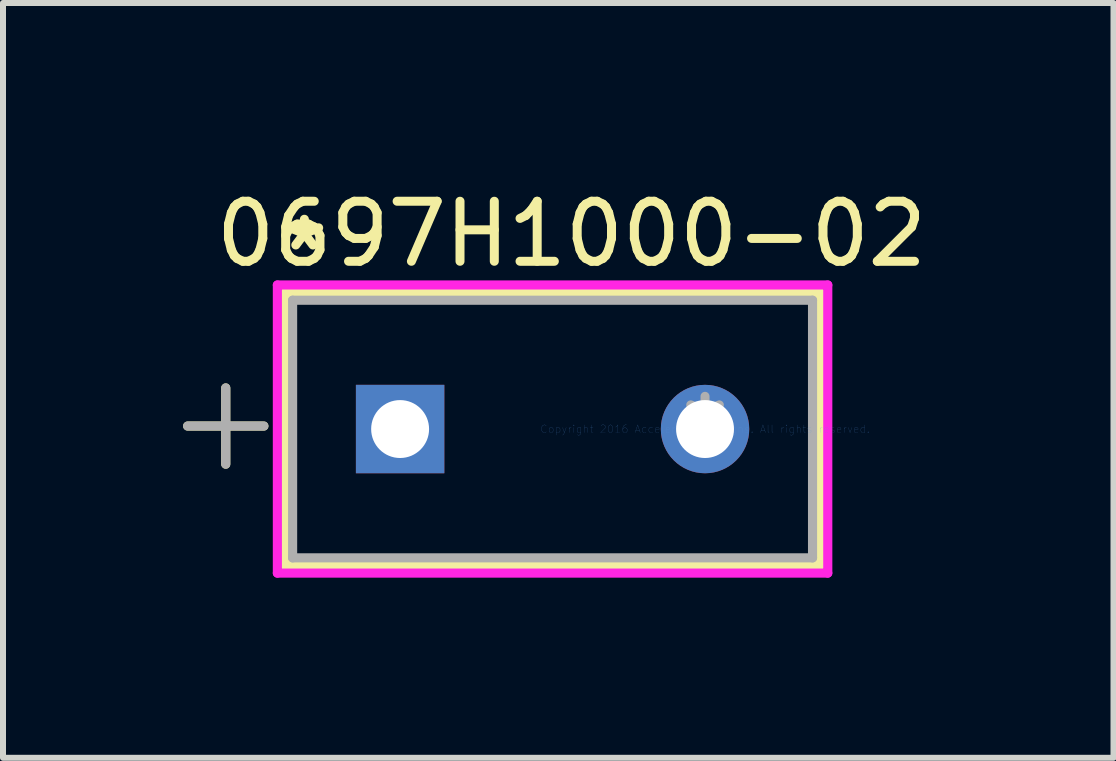
<source format=kicad_pcb>
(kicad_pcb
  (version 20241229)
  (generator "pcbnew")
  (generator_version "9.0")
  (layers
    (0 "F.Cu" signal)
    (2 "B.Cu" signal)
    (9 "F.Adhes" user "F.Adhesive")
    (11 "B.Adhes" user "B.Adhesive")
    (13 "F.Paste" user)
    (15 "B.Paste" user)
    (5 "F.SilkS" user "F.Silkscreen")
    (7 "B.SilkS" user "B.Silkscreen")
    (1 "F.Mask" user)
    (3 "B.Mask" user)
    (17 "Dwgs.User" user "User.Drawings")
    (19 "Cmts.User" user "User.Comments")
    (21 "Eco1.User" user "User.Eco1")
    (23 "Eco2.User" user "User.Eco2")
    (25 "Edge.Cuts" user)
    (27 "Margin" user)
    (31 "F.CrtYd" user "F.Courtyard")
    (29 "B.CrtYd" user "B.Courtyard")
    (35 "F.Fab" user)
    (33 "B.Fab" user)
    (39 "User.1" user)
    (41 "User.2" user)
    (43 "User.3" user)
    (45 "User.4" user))
  (footprint "0697H1000-02"
    (layer "F.Cu")
    (at 8.696 4.098)
    (property "Reference" "0697H1000-02" (at -2.225 -3.25 0) (layer "F.SilkS") (effects (font (size 1 1) (thickness 0.15))))
    (attr through_hole)
    (fp_line (start -8.62 -0.05) (end -7.35 -0.05) (stroke (width 0.152) (type solid)) (layer "F.SilkS"))
    (fp_line (start -7.985 -0.685) (end -7.985 0.585) (stroke (width 0.152) (type solid)) (layer "F.SilkS"))
    (fp_line (start -6.998 -2.273) (end -6.998 2.273) (stroke (width 0.152) (type solid)) (layer "F.SilkS"))
    (fp_line (start 1.918 -2.273) (end -6.998 -2.273) (stroke (width 0.152) (type solid)) (layer "F.SilkS"))
    (fp_line (start 1.918 -2.273) (end 1.918 2.273) (stroke (width 0.152) (type solid)) (layer "F.SilkS"))
    (fp_line (start 1.918 2.273) (end -6.998 2.273) (stroke (width 0.152) (type solid)) (layer "F.SilkS"))
    (fp_line (start -7.125 -2.4) (end 2.045 -2.4) (stroke (width 0.152) (type solid)) (layer "F.CrtYd"))
    (fp_line (start -7.125 2.4) (end -7.125 -2.4) (stroke (width 0.152) (type solid)) (layer "F.CrtYd"))
    (fp_line (start 2.045 -2.4) (end 2.045 2.4) (stroke (width 0.152) (type solid)) (layer "F.CrtYd"))
    (fp_line (start 2.045 2.4) (end -7.125 2.4) (stroke (width 0.152) (type solid)) (layer "F.CrtYd"))
    (fp_line (start -8.62 -0.05) (end -7.35 -0.05) (stroke (width 0.152) (type solid)) (layer "F.Fab"))
    (fp_line (start -7.985 -0.685) (end -7.985 0.585) (stroke (width 0.152) (type solid)) (layer "F.Fab"))
    (fp_line (start -6.871 -2.146) (end -6.871 2.146) (stroke (width 0.152) (type solid)) (layer "F.Fab"))
    (fp_line (start 1.791 -2.146) (end -6.871 -2.146) (stroke (width 0.152) (type solid)) (layer "F.Fab"))
    (fp_line (start 1.791 -2.146) (end 1.791 2.146) (stroke (width 0.152) (type solid)) (layer "F.Fab"))
    (fp_line (start 1.791 2.146) (end -6.871 2.146) (stroke (width 0.152) (type solid)) (layer "F.Fab"))
    (fp_text user "*" (at -6.675 -2.95 0) (layer "F.SilkS") (effects (font (size 1 1) (thickness 0.15))))
    (fp_text user "Copyright 2016 Accelerated Designs. All rights reserved." (at 0 0 0) (layer "Cmts.User") (effects (font (size 0.127 0.127) (thickness 0.002))))
    (fp_text user "*" (at 0 0 0) (layer "F.Fab") (effects (font (size 1 1) (thickness 0.15))))
    (pad "1" thru_hole rect (at -5.08 0) (size 1.473 1.473) (drill 0.965) (layers "*.Cu" "*.Mask"))
    (pad "2" thru_hole circle (at 0 0) (size 1.473 1.473) (drill 0.965) (layers "*.Cu" "*.Mask")))
  (gr_rect
    (start -3 -3)
    (end 15.501 9.575)
    (stroke (width 0.1) (type default))
    (fill no)
    (layer "Edge.Cuts")))
</source>
